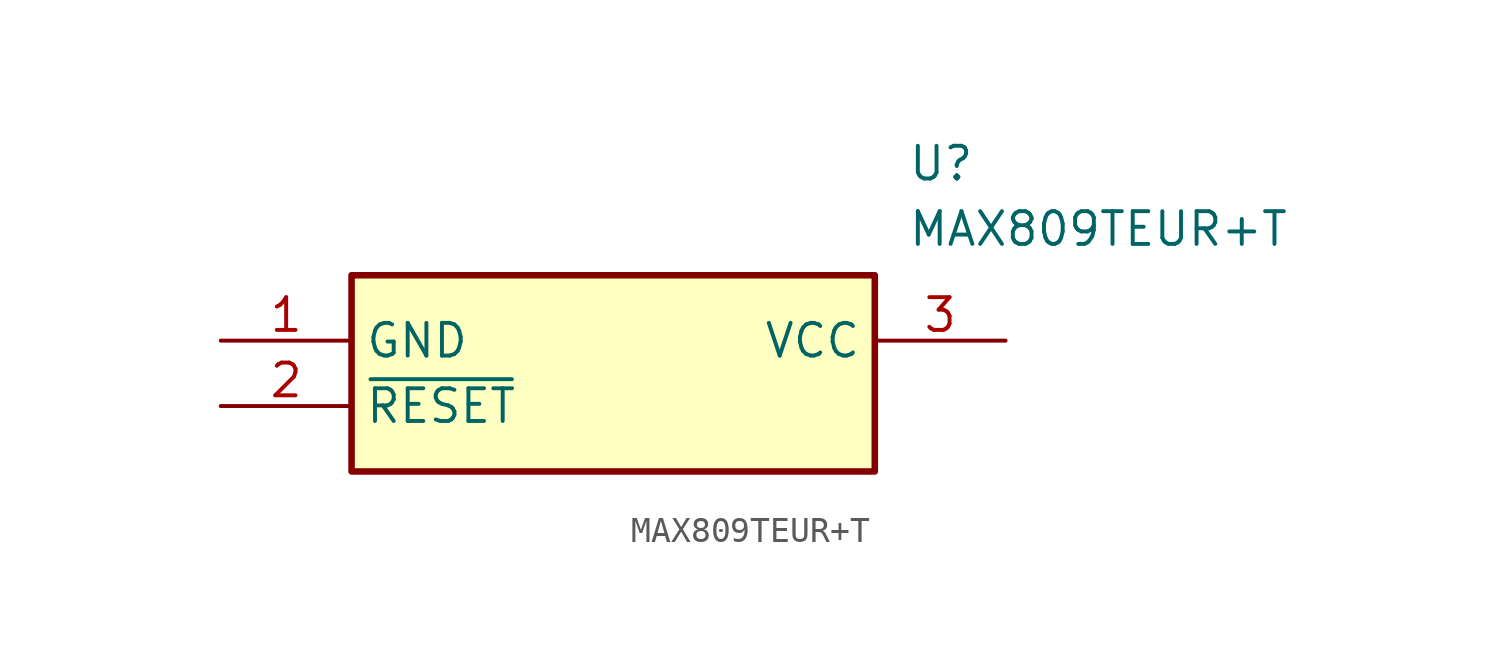
<source format=kicad_sym>
(kicad_symbol_lib
  (version 20241209)
  (generator "kicad_symbol_editor")
  (generator_version "9.0")
  (symbol "MAX809TEUR+T"
    (property "Reference" "U"
      (at 26.67 7.62 0)
      (effects (font (size 1.27 1.27)) (justify left top)))
    (property "Value" "MAX809TEUR+T"
      (at 26.67 5.08 0)
      (effects (font (size 1.27 1.27)) (justify left top)))
    (symbol "MAX809TEUR+T_1_1"
      (rectangle (start 5.08 2.54) (end 25.4 -5.08) (stroke (width 0.254) (type default)) (fill (type background)))
      (pin passive line (at 0 0 0) (length 5.08) (name "GND" (effects (font (size 1.27 1.27)))) (number "1" (effects (font (size 1.27 1.27)))))
      (pin passive line (at 0 -2.54 0) (length 5.08) (name "~{RESET}" (effects (font (size 1.27 1.27)))) (number "2" (effects (font (size 1.27 1.27)))))
      (pin passive line (at 30.48 0 180) (length 5.08) (name "VCC" (effects (font (size 1.27 1.27)))) (number "3" (effects (font (size 1.27 1.27))))))))
</source>
